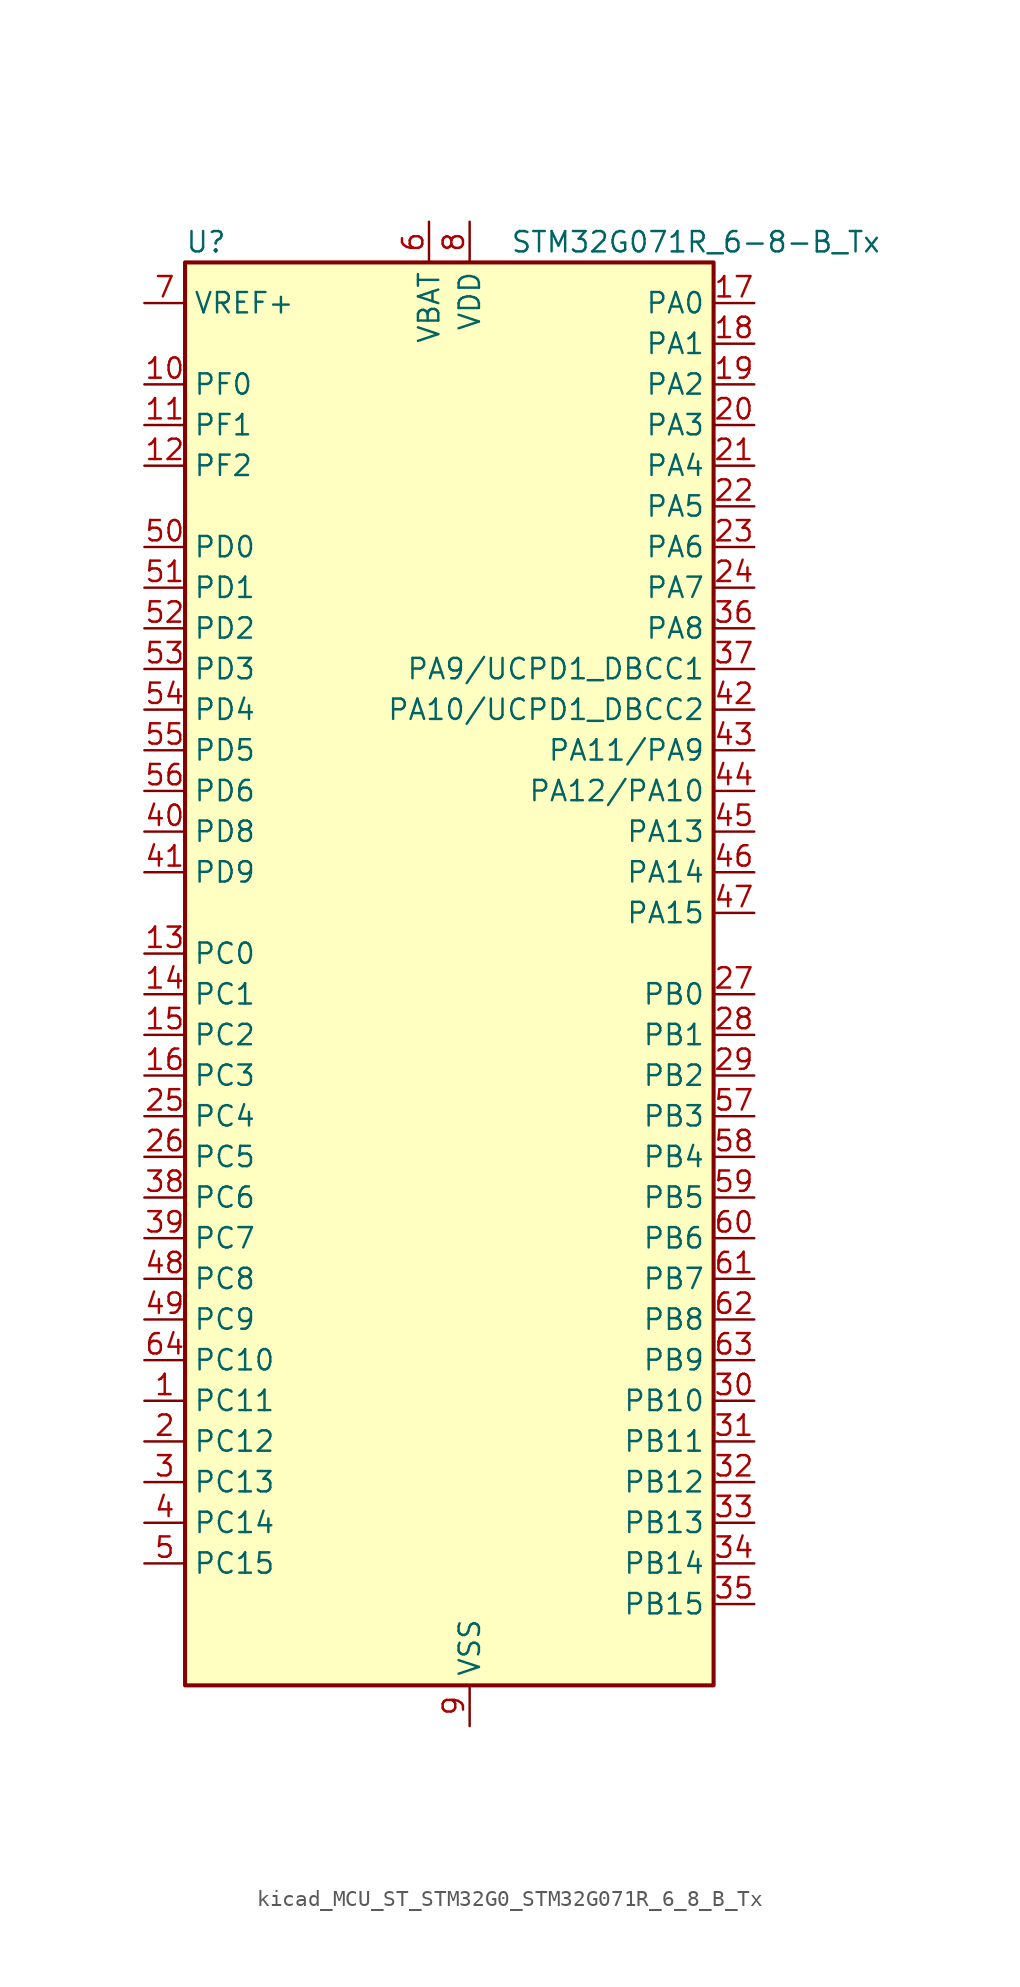
<source format=kicad_sym>
(kicad_symbol_lib
  (version 20220914)
  (generator kicad_symbol_editor)
  (symbol "kicad_MCU_ST_STM32G0_STM32G071R_6_8_B_Tx"
    (property "Reference" "U"
      (at -15.24 46.99 0)
      (effects (font (size 1.27 1.27)) (justify left)))
    (property "Value" "STM32G071R_6-8-B_Tx"
      (at 5.08 46.99 0)
      (effects (font (size 1.27 1.27)) (justify left)))
    (property "ki_locked" ""
      (at 0 0 0)
      (effects (font (size 1.27 1.27))))
    (symbol "kicad_MCU_ST_STM32G0_STM32G071R_6_8_B_Tx_0_1"
      (rectangle (start -15.24 -43.18) (end 17.78 45.72) (stroke (width 0.254) (type default)) (fill (type background))))
    (symbol "kicad_MCU_ST_STM32G0_STM32G071R_6_8_B_Tx_1_1"
      (pin bidirectional line (at -17.78 -25.4 0) (length 2.54) (name "PC11" (effects (font (size 1.27 1.27)))) (number "1" (effects (font (size 1.27 1.27)))) (alternate "ADC1_EXTI11" bidirectional line) (alternate "TIM1_CH4" bidirectional line) (alternate "USART3_RX" bidirectional line) (alternate "USART4_RX" bidirectional line))
      (pin bidirectional line (at -17.78 38.1 0) (length 2.54) (name "PF0" (effects (font (size 1.27 1.27)))) (number "10" (effects (font (size 1.27 1.27)))) (alternate "RCC_OSC_IN" bidirectional line) (alternate "TIM14_CH1" bidirectional line))
      (pin bidirectional line (at -17.78 35.56 0) (length 2.54) (name "PF1" (effects (font (size 1.27 1.27)))) (number "11" (effects (font (size 1.27 1.27)))) (alternate "RCC_OSC_EN" bidirectional line) (alternate "RCC_OSC_OUT" bidirectional line) (alternate "TIM15_CH1N" bidirectional line))
      (pin bidirectional line (at -17.78 33.02 0) (length 2.54) (name "PF2" (effects (font (size 1.27 1.27)))) (number "12" (effects (font (size 1.27 1.27)))) (alternate "RCC_MCO" bidirectional line))
      (pin bidirectional line (at -17.78 2.54 0) (length 2.54) (name "PC0" (effects (font (size 1.27 1.27)))) (number "13" (effects (font (size 1.27 1.27)))) (alternate "LPTIM1_IN1" bidirectional line) (alternate "LPTIM2_IN1" bidirectional line) (alternate "LPUART1_RX" bidirectional line))
      (pin bidirectional line (at -17.78 0 0) (length 2.54) (name "PC1" (effects (font (size 1.27 1.27)))) (number "14" (effects (font (size 1.27 1.27)))) (alternate "LPTIM1_OUT" bidirectional line) (alternate "LPUART1_TX" bidirectional line) (alternate "TIM15_CH1" bidirectional line))
      (pin bidirectional line (at -17.78 -2.54 0) (length 2.54) (name "PC2" (effects (font (size 1.27 1.27)))) (number "15" (effects (font (size 1.27 1.27)))) (alternate "LPTIM1_IN2" bidirectional line) (alternate "SPI2_MISO" bidirectional line) (alternate "TIM15_CH2" bidirectional line))
      (pin bidirectional line (at -17.78 -5.08 0) (length 2.54) (name "PC3" (effects (font (size 1.27 1.27)))) (number "16" (effects (font (size 1.27 1.27)))) (alternate "LPTIM1_ETR" bidirectional line) (alternate "LPTIM2_ETR" bidirectional line) (alternate "SPI2_MOSI" bidirectional line))
      (pin bidirectional line (at 20.32 43.18 180) (length 2.54) (name "PA0" (effects (font (size 1.27 1.27)))) (number "17" (effects (font (size 1.27 1.27)))) (alternate "ADC1_IN0" bidirectional line) (alternate "COMP1_INM" bidirectional line) (alternate "COMP1_OUT" bidirectional line) (alternate "LPTIM1_OUT" bidirectional line) (alternate "RTC_TAMP_IN2" bidirectional line) (alternate "SPI2_SCK" bidirectional line) (alternate "SYS_WKUP1" bidirectional line) (alternate "TIM2_CH1" bidirectional line) (alternate "TIM2_ETR" bidirectional line) (alternate "UCPD2_FRSTX1" bidirectional line) (alternate "UCPD2_FRSTX2" bidirectional line) (alternate "USART2_CTS" bidirectional line) (alternate "USART2_NSS" bidirectional line) (alternate "USART4_TX" bidirectional line))
      (pin bidirectional line (at 20.32 40.64 180) (length 2.54) (name "PA1" (effects (font (size 1.27 1.27)))) (number "18" (effects (font (size 1.27 1.27)))) (alternate "ADC1_IN1" bidirectional line) (alternate "COMP1_INP" bidirectional line) (alternate "I2C1_SMBA" bidirectional line) (alternate "I2S1_CK" bidirectional line) (alternate "SPI1_SCK" bidirectional line) (alternate "TIM15_CH1N" bidirectional line) (alternate "TIM2_CH2" bidirectional line) (alternate "USART2_CK" bidirectional line) (alternate "USART2_DE" bidirectional line) (alternate "USART2_RTS" bidirectional line) (alternate "USART4_RX" bidirectional line))
      (pin bidirectional line (at 20.32 38.1 180) (length 2.54) (name "PA2" (effects (font (size 1.27 1.27)))) (number "19" (effects (font (size 1.27 1.27)))) (alternate "ADC1_IN2" bidirectional line) (alternate "COMP2_INM" bidirectional line) (alternate "COMP2_OUT" bidirectional line) (alternate "I2S1_SD" bidirectional line) (alternate "LPUART1_TX" bidirectional line) (alternate "RCC_LSCO" bidirectional line) (alternate "SPI1_MOSI" bidirectional line) (alternate "SYS_WKUP4" bidirectional line) (alternate "TIM15_CH1" bidirectional line) (alternate "TIM2_CH3" bidirectional line) (alternate "UCPD1_FRSTX1" bidirectional line) (alternate "UCPD1_FRSTX2" bidirectional line) (alternate "USART2_TX" bidirectional line))
      (pin bidirectional line (at -17.78 -27.94 0) (length 2.54) (name "PC12" (effects (font (size 1.27 1.27)))) (number "2" (effects (font (size 1.27 1.27)))) (alternate "LPTIM1_IN1" bidirectional line) (alternate "TIM14_CH1" bidirectional line) (alternate "UCPD1_FRSTX1" bidirectional line) (alternate "UCPD1_FRSTX2" bidirectional line))
      (pin bidirectional line (at 20.32 35.56 180) (length 2.54) (name "PA3" (effects (font (size 1.27 1.27)))) (number "20" (effects (font (size 1.27 1.27)))) (alternate "ADC1_IN3" bidirectional line) (alternate "COMP2_INP" bidirectional line) (alternate "LPUART1_RX" bidirectional line) (alternate "SPI2_MISO" bidirectional line) (alternate "TIM15_CH2" bidirectional line) (alternate "TIM2_CH4" bidirectional line) (alternate "UCPD2_FRSTX1" bidirectional line) (alternate "UCPD2_FRSTX2" bidirectional line) (alternate "USART2_RX" bidirectional line))
      (pin bidirectional line (at 20.32 33.02 180) (length 2.54) (name "PA4" (effects (font (size 1.27 1.27)))) (number "21" (effects (font (size 1.27 1.27)))) (alternate "ADC1_IN4" bidirectional line) (alternate "DAC1_OUT1" bidirectional line) (alternate "I2S1_WS" bidirectional line) (alternate "LPTIM2_OUT" bidirectional line) (alternate "RTC_OUT_ALARM" bidirectional line) (alternate "RTC_OUT_CALIB" bidirectional line) (alternate "SPI1_NSS" bidirectional line) (alternate "SPI2_MOSI" bidirectional line) (alternate "TIM14_CH1" bidirectional line) (alternate "UCPD2_FRSTX1" bidirectional line) (alternate "UCPD2_FRSTX2" bidirectional line))
      (pin bidirectional line (at 20.32 30.48 180) (length 2.54) (name "PA5" (effects (font (size 1.27 1.27)))) (number "22" (effects (font (size 1.27 1.27)))) (alternate "ADC1_IN5" bidirectional line) (alternate "CEC" bidirectional line) (alternate "DAC1_OUT2" bidirectional line) (alternate "I2S1_CK" bidirectional line) (alternate "LPTIM2_ETR" bidirectional line) (alternate "SPI1_SCK" bidirectional line) (alternate "TIM2_CH1" bidirectional line) (alternate "TIM2_ETR" bidirectional line) (alternate "UCPD1_FRSTX1" bidirectional line) (alternate "UCPD1_FRSTX2" bidirectional line) (alternate "USART3_TX" bidirectional line))
      (pin bidirectional line (at 20.32 27.94 180) (length 2.54) (name "PA6" (effects (font (size 1.27 1.27)))) (number "23" (effects (font (size 1.27 1.27)))) (alternate "ADC1_IN6" bidirectional line) (alternate "COMP1_OUT" bidirectional line) (alternate "I2S1_MCK" bidirectional line) (alternate "LPUART1_CTS" bidirectional line) (alternate "SPI1_MISO" bidirectional line) (alternate "TIM16_CH1" bidirectional line) (alternate "TIM1_BK" bidirectional line) (alternate "TIM3_CH1" bidirectional line) (alternate "USART3_CTS" bidirectional line) (alternate "USART3_NSS" bidirectional line))
      (pin bidirectional line (at 20.32 25.4 180) (length 2.54) (name "PA7" (effects (font (size 1.27 1.27)))) (number "24" (effects (font (size 1.27 1.27)))) (alternate "ADC1_IN7" bidirectional line) (alternate "COMP2_OUT" bidirectional line) (alternate "I2S1_SD" bidirectional line) (alternate "SPI1_MOSI" bidirectional line) (alternate "TIM14_CH1" bidirectional line) (alternate "TIM17_CH1" bidirectional line) (alternate "TIM1_CH1N" bidirectional line) (alternate "TIM3_CH2" bidirectional line) (alternate "UCPD1_FRSTX1" bidirectional line) (alternate "UCPD1_FRSTX2" bidirectional line))
      (pin bidirectional line (at -17.78 -7.62 0) (length 2.54) (name "PC4" (effects (font (size 1.27 1.27)))) (number "25" (effects (font (size 1.27 1.27)))) (alternate "ADC1_IN17" bidirectional line) (alternate "COMP1_INM" bidirectional line) (alternate "TIM2_CH1" bidirectional line) (alternate "TIM2_ETR" bidirectional line) (alternate "USART1_TX" bidirectional line) (alternate "USART3_TX" bidirectional line))
      (pin bidirectional line (at -17.78 -10.16 0) (length 2.54) (name "PC5" (effects (font (size 1.27 1.27)))) (number "26" (effects (font (size 1.27 1.27)))) (alternate "ADC1_IN18" bidirectional line) (alternate "COMP1_INP" bidirectional line) (alternate "SYS_WKUP5" bidirectional line) (alternate "TIM2_CH2" bidirectional line) (alternate "USART1_RX" bidirectional line) (alternate "USART3_RX" bidirectional line))
      (pin bidirectional line (at 20.32 0 180) (length 2.54) (name "PB0" (effects (font (size 1.27 1.27)))) (number "27" (effects (font (size 1.27 1.27)))) (alternate "ADC1_IN8" bidirectional line) (alternate "COMP1_OUT" bidirectional line) (alternate "I2S1_WS" bidirectional line) (alternate "LPTIM1_OUT" bidirectional line) (alternate "SPI1_NSS" bidirectional line) (alternate "TIM1_CH2N" bidirectional line) (alternate "TIM3_CH3" bidirectional line) (alternate "UCPD1_FRSTX1" bidirectional line) (alternate "UCPD1_FRSTX2" bidirectional line) (alternate "USART3_RX" bidirectional line))
      (pin bidirectional line (at 20.32 -2.54 180) (length 2.54) (name "PB1" (effects (font (size 1.27 1.27)))) (number "28" (effects (font (size 1.27 1.27)))) (alternate "ADC1_IN9" bidirectional line) (alternate "COMP1_INM" bidirectional line) (alternate "LPTIM2_IN1" bidirectional line) (alternate "LPUART1_DE" bidirectional line) (alternate "LPUART1_RTS" bidirectional line) (alternate "TIM14_CH1" bidirectional line) (alternate "TIM1_CH3N" bidirectional line) (alternate "TIM3_CH4" bidirectional line) (alternate "USART3_CK" bidirectional line) (alternate "USART3_DE" bidirectional line) (alternate "USART3_RTS" bidirectional line))
      (pin bidirectional line (at 20.32 -5.08 180) (length 2.54) (name "PB2" (effects (font (size 1.27 1.27)))) (number "29" (effects (font (size 1.27 1.27)))) (alternate "ADC1_IN10" bidirectional line) (alternate "COMP1_INP" bidirectional line) (alternate "LPTIM1_OUT" bidirectional line) (alternate "SPI2_MISO" bidirectional line) (alternate "USART3_TX" bidirectional line))
      (pin bidirectional line (at -17.78 -30.48 0) (length 2.54) (name "PC13" (effects (font (size 1.27 1.27)))) (number "3" (effects (font (size 1.27 1.27)))) (alternate "RTC_OUT_ALARM" bidirectional line) (alternate "RTC_OUT_CALIB" bidirectional line) (alternate "RTC_TAMP_IN1" bidirectional line) (alternate "RTC_TS" bidirectional line) (alternate "SYS_WKUP2" bidirectional line) (alternate "TIM1_BK" bidirectional line))
      (pin bidirectional line (at 20.32 -25.4 180) (length 2.54) (name "PB10" (effects (font (size 1.27 1.27)))) (number "30" (effects (font (size 1.27 1.27)))) (alternate "ADC1_IN11" bidirectional line) (alternate "CEC" bidirectional line) (alternate "COMP1_OUT" bidirectional line) (alternate "I2C2_SCL" bidirectional line) (alternate "LPUART1_RX" bidirectional line) (alternate "SPI2_SCK" bidirectional line) (alternate "TIM2_CH3" bidirectional line) (alternate "USART3_TX" bidirectional line))
      (pin bidirectional line (at 20.32 -27.94 180) (length 2.54) (name "PB11" (effects (font (size 1.27 1.27)))) (number "31" (effects (font (size 1.27 1.27)))) (alternate "ADC1_EXTI11" bidirectional line) (alternate "ADC1_IN15" bidirectional line) (alternate "COMP2_OUT" bidirectional line) (alternate "I2C2_SDA" bidirectional line) (alternate "LPUART1_TX" bidirectional line) (alternate "SPI2_MOSI" bidirectional line) (alternate "TIM2_CH4" bidirectional line) (alternate "USART3_RX" bidirectional line))
      (pin bidirectional line (at 20.32 -30.48 180) (length 2.54) (name "PB12" (effects (font (size 1.27 1.27)))) (number "32" (effects (font (size 1.27 1.27)))) (alternate "ADC1_IN16" bidirectional line) (alternate "LPUART1_DE" bidirectional line) (alternate "LPUART1_RTS" bidirectional line) (alternate "SPI2_NSS" bidirectional line) (alternate "TIM15_BK" bidirectional line) (alternate "TIM1_BK" bidirectional line) (alternate "UCPD2_FRSTX1" bidirectional line) (alternate "UCPD2_FRSTX2" bidirectional line))
      (pin bidirectional line (at 20.32 -33.02 180) (length 2.54) (name "PB13" (effects (font (size 1.27 1.27)))) (number "33" (effects (font (size 1.27 1.27)))) (alternate "I2C2_SCL" bidirectional line) (alternate "LPUART1_CTS" bidirectional line) (alternate "SPI2_SCK" bidirectional line) (alternate "TIM15_CH1N" bidirectional line) (alternate "TIM1_CH1N" bidirectional line) (alternate "USART3_CTS" bidirectional line) (alternate "USART3_NSS" bidirectional line))
      (pin bidirectional line (at 20.32 -35.56 180) (length 2.54) (name "PB14" (effects (font (size 1.27 1.27)))) (number "34" (effects (font (size 1.27 1.27)))) (alternate "I2C2_SDA" bidirectional line) (alternate "SPI2_MISO" bidirectional line) (alternate "TIM15_CH1" bidirectional line) (alternate "TIM1_CH2N" bidirectional line) (alternate "UCPD1_FRSTX1" bidirectional line) (alternate "UCPD1_FRSTX2" bidirectional line) (alternate "USART3_CK" bidirectional line) (alternate "USART3_DE" bidirectional line) (alternate "USART3_RTS" bidirectional line))
      (pin bidirectional line (at 20.32 -38.1 180) (length 2.54) (name "PB15" (effects (font (size 1.27 1.27)))) (number "35" (effects (font (size 1.27 1.27)))) (alternate "RTC_REFIN" bidirectional line) (alternate "SPI2_MOSI" bidirectional line) (alternate "TIM15_CH1N" bidirectional line) (alternate "TIM15_CH2" bidirectional line) (alternate "TIM1_CH3N" bidirectional line) (alternate "UCPD1_CC2" bidirectional line))
      (pin bidirectional line (at 20.32 22.86 180) (length 2.54) (name "PA8" (effects (font (size 1.27 1.27)))) (number "36" (effects (font (size 1.27 1.27)))) (alternate "LPTIM2_OUT" bidirectional line) (alternate "RCC_MCO" bidirectional line) (alternate "SPI2_NSS" bidirectional line) (alternate "TIM1_CH1" bidirectional line) (alternate "UCPD1_CC1" bidirectional line))
      (pin bidirectional line (at 20.32 20.32 180) (length 2.54) (name "PA9/UCPD1_DBCC1" (effects (font (size 1.27 1.27)))) (number "37" (effects (font (size 1.27 1.27)))) (alternate "DAC1_EXTI9" bidirectional line) (alternate "I2C1_SCL" bidirectional line) (alternate "RCC_MCO" bidirectional line) (alternate "SPI2_MISO" bidirectional line) (alternate "TIM15_BK" bidirectional line) (alternate "TIM1_CH2" bidirectional line) (alternate "UCPD1_DBCC1" bidirectional line) (alternate "USART1_TX" bidirectional line))
      (pin bidirectional line (at -17.78 -12.7 0) (length 2.54) (name "PC6" (effects (font (size 1.27 1.27)))) (number "38" (effects (font (size 1.27 1.27)))) (alternate "TIM2_CH3" bidirectional line) (alternate "TIM3_CH1" bidirectional line) (alternate "UCPD1_FRSTX1" bidirectional line) (alternate "UCPD1_FRSTX2" bidirectional line))
      (pin bidirectional line (at -17.78 -15.24 0) (length 2.54) (name "PC7" (effects (font (size 1.27 1.27)))) (number "39" (effects (font (size 1.27 1.27)))) (alternate "TIM2_CH4" bidirectional line) (alternate "TIM3_CH2" bidirectional line) (alternate "UCPD2_FRSTX1" bidirectional line) (alternate "UCPD2_FRSTX2" bidirectional line))
      (pin bidirectional line (at -17.78 -33.02 0) (length 2.54) (name "PC14" (effects (font (size 1.27 1.27)))) (number "4" (effects (font (size 1.27 1.27)))) (alternate "RCC_OSC32_IN" bidirectional line) (alternate "TIM1_BK2" bidirectional line))
      (pin bidirectional line (at -17.78 10.16 0) (length 2.54) (name "PD8" (effects (font (size 1.27 1.27)))) (number "40" (effects (font (size 1.27 1.27)))) (alternate "I2S1_CK" bidirectional line) (alternate "LPTIM1_OUT" bidirectional line) (alternate "SPI1_SCK" bidirectional line) (alternate "USART3_TX" bidirectional line))
      (pin bidirectional line (at -17.78 7.62 0) (length 2.54) (name "PD9" (effects (font (size 1.27 1.27)))) (number "41" (effects (font (size 1.27 1.27)))) (alternate "DAC1_EXTI9" bidirectional line) (alternate "I2S1_WS" bidirectional line) (alternate "SPI1_NSS" bidirectional line) (alternate "TIM1_BK2" bidirectional line) (alternate "USART3_RX" bidirectional line))
      (pin bidirectional line (at 20.32 17.78 180) (length 2.54) (name "PA10/UCPD1_DBCC2" (effects (font (size 1.27 1.27)))) (number "42" (effects (font (size 1.27 1.27)))) (alternate "I2C1_SDA" bidirectional line) (alternate "SPI2_MOSI" bidirectional line) (alternate "TIM17_BK" bidirectional line) (alternate "TIM1_CH3" bidirectional line) (alternate "UCPD1_DBCC2" bidirectional line) (alternate "USART1_RX" bidirectional line))
      (pin bidirectional line (at 20.32 15.24 180) (length 2.54) (name "PA11/PA9" (effects (font (size 1.27 1.27)))) (number "43" (effects (font (size 1.27 1.27)))) (alternate "ADC1_EXTI11" bidirectional line) (alternate "COMP1_OUT" bidirectional line) (alternate "I2C2_SCL" bidirectional line) (alternate "I2S1_MCK" bidirectional line) (alternate "SPI1_MISO" bidirectional line) (alternate "TIM1_BK2" bidirectional line) (alternate "TIM1_CH4" bidirectional line) (alternate "USART1_CTS" bidirectional line) (alternate "USART1_NSS" bidirectional line))
      (pin bidirectional line (at 20.32 12.7 180) (length 2.54) (name "PA12/PA10" (effects (font (size 1.27 1.27)))) (number "44" (effects (font (size 1.27 1.27)))) (alternate "COMP2_OUT" bidirectional line) (alternate "I2C2_SDA" bidirectional line) (alternate "I2S1_SD" bidirectional line) (alternate "I2S_CKIN" bidirectional line) (alternate "SPI1_MOSI" bidirectional line) (alternate "TIM1_ETR" bidirectional line) (alternate "USART1_CK" bidirectional line) (alternate "USART1_DE" bidirectional line) (alternate "USART1_RTS" bidirectional line))
      (pin bidirectional line (at 20.32 10.16 180) (length 2.54) (name "PA13" (effects (font (size 1.27 1.27)))) (number "45" (effects (font (size 1.27 1.27)))) (alternate "IR_OUT" bidirectional line) (alternate "SYS_SWDIO" bidirectional line))
      (pin bidirectional line (at 20.32 7.62 180) (length 2.54) (name "PA14" (effects (font (size 1.27 1.27)))) (number "46" (effects (font (size 1.27 1.27)))) (alternate "SYS_SWCLK" bidirectional line) (alternate "USART2_TX" bidirectional line))
      (pin bidirectional line (at 20.32 5.08 180) (length 2.54) (name "PA15" (effects (font (size 1.27 1.27)))) (number "47" (effects (font (size 1.27 1.27)))) (alternate "I2S1_WS" bidirectional line) (alternate "SPI1_NSS" bidirectional line) (alternate "TIM2_CH1" bidirectional line) (alternate "TIM2_ETR" bidirectional line) (alternate "USART2_RX" bidirectional line) (alternate "USART3_CK" bidirectional line) (alternate "USART3_DE" bidirectional line) (alternate "USART3_RTS" bidirectional line) (alternate "USART4_CK" bidirectional line) (alternate "USART4_DE" bidirectional line) (alternate "USART4_RTS" bidirectional line))
      (pin bidirectional line (at -17.78 -17.78 0) (length 2.54) (name "PC8" (effects (font (size 1.27 1.27)))) (number "48" (effects (font (size 1.27 1.27)))) (alternate "TIM1_CH1" bidirectional line) (alternate "TIM3_CH3" bidirectional line) (alternate "UCPD2_FRSTX1" bidirectional line) (alternate "UCPD2_FRSTX2" bidirectional line))
      (pin bidirectional line (at -17.78 -20.32 0) (length 2.54) (name "PC9" (effects (font (size 1.27 1.27)))) (number "49" (effects (font (size 1.27 1.27)))) (alternate "DAC1_EXTI9" bidirectional line) (alternate "I2S_CKIN" bidirectional line) (alternate "TIM1_CH2" bidirectional line) (alternate "TIM3_CH4" bidirectional line))
      (pin bidirectional line (at -17.78 -35.56 0) (length 2.54) (name "PC15" (effects (font (size 1.27 1.27)))) (number "5" (effects (font (size 1.27 1.27)))) (alternate "RCC_OSC32_EN" bidirectional line) (alternate "RCC_OSC32_OUT" bidirectional line) (alternate "RCC_OSC_EN" bidirectional line) (alternate "TIM15_BK" bidirectional line))
      (pin bidirectional line (at -17.78 27.94 0) (length 2.54) (name "PD0" (effects (font (size 1.27 1.27)))) (number "50" (effects (font (size 1.27 1.27)))) (alternate "SPI2_NSS" bidirectional line) (alternate "TIM16_CH1" bidirectional line) (alternate "UCPD2_CC1" bidirectional line))
      (pin bidirectional line (at -17.78 25.4 0) (length 2.54) (name "PD1" (effects (font (size 1.27 1.27)))) (number "51" (effects (font (size 1.27 1.27)))) (alternate "SPI2_SCK" bidirectional line) (alternate "TIM17_CH1" bidirectional line) (alternate "UCPD2_DBCC1" bidirectional line))
      (pin bidirectional line (at -17.78 22.86 0) (length 2.54) (name "PD2" (effects (font (size 1.27 1.27)))) (number "52" (effects (font (size 1.27 1.27)))) (alternate "TIM1_CH1N" bidirectional line) (alternate "TIM3_ETR" bidirectional line) (alternate "UCPD2_CC2" bidirectional line) (alternate "USART3_CK" bidirectional line) (alternate "USART3_DE" bidirectional line) (alternate "USART3_RTS" bidirectional line))
      (pin bidirectional line (at -17.78 20.32 0) (length 2.54) (name "PD3" (effects (font (size 1.27 1.27)))) (number "53" (effects (font (size 1.27 1.27)))) (alternate "SPI2_MISO" bidirectional line) (alternate "TIM1_CH2N" bidirectional line) (alternate "UCPD2_DBCC2" bidirectional line) (alternate "USART2_CTS" bidirectional line) (alternate "USART2_NSS" bidirectional line))
      (pin bidirectional line (at -17.78 17.78 0) (length 2.54) (name "PD4" (effects (font (size 1.27 1.27)))) (number "54" (effects (font (size 1.27 1.27)))) (alternate "SPI2_MOSI" bidirectional line) (alternate "TIM1_CH3N" bidirectional line) (alternate "USART2_CK" bidirectional line) (alternate "USART2_DE" bidirectional line) (alternate "USART2_RTS" bidirectional line))
      (pin bidirectional line (at -17.78 15.24 0) (length 2.54) (name "PD5" (effects (font (size 1.27 1.27)))) (number "55" (effects (font (size 1.27 1.27)))) (alternate "I2S1_MCK" bidirectional line) (alternate "SPI1_MISO" bidirectional line) (alternate "TIM1_BK" bidirectional line) (alternate "USART2_TX" bidirectional line))
      (pin bidirectional line (at -17.78 12.7 0) (length 2.54) (name "PD6" (effects (font (size 1.27 1.27)))) (number "56" (effects (font (size 1.27 1.27)))) (alternate "I2S1_SD" bidirectional line) (alternate "LPTIM2_OUT" bidirectional line) (alternate "SPI1_MOSI" bidirectional line) (alternate "USART2_RX" bidirectional line))
      (pin bidirectional line (at 20.32 -7.62 180) (length 2.54) (name "PB3" (effects (font (size 1.27 1.27)))) (number "57" (effects (font (size 1.27 1.27)))) (alternate "COMP2_INM" bidirectional line) (alternate "I2S1_CK" bidirectional line) (alternate "SPI1_SCK" bidirectional line) (alternate "TIM1_CH2" bidirectional line) (alternate "TIM2_CH2" bidirectional line) (alternate "USART1_CK" bidirectional line) (alternate "USART1_DE" bidirectional line) (alternate "USART1_RTS" bidirectional line))
      (pin bidirectional line (at 20.32 -10.16 180) (length 2.54) (name "PB4" (effects (font (size 1.27 1.27)))) (number "58" (effects (font (size 1.27 1.27)))) (alternate "COMP2_INP" bidirectional line) (alternate "I2S1_MCK" bidirectional line) (alternate "SPI1_MISO" bidirectional line) (alternate "TIM17_BK" bidirectional line) (alternate "TIM3_CH1" bidirectional line) (alternate "USART1_CTS" bidirectional line) (alternate "USART1_NSS" bidirectional line))
      (pin bidirectional line (at 20.32 -12.7 180) (length 2.54) (name "PB5" (effects (font (size 1.27 1.27)))) (number "59" (effects (font (size 1.27 1.27)))) (alternate "COMP2_OUT" bidirectional line) (alternate "I2C1_SMBA" bidirectional line) (alternate "I2S1_SD" bidirectional line) (alternate "LPTIM1_IN1" bidirectional line) (alternate "SPI1_MOSI" bidirectional line) (alternate "SYS_WKUP6" bidirectional line) (alternate "TIM16_BK" bidirectional line) (alternate "TIM3_CH2" bidirectional line))
      (pin power_in line (at 0 48.26 270) (length 2.54) (name "VBAT" (effects (font (size 1.27 1.27)))) (number "6" (effects (font (size 1.27 1.27)))))
      (pin bidirectional line (at 20.32 -15.24 180) (length 2.54) (name "PB6" (effects (font (size 1.27 1.27)))) (number "60" (effects (font (size 1.27 1.27)))) (alternate "COMP2_INP" bidirectional line) (alternate "I2C1_SCL" bidirectional line) (alternate "LPTIM1_ETR" bidirectional line) (alternate "SPI2_MISO" bidirectional line) (alternate "TIM16_CH1N" bidirectional line) (alternate "TIM1_CH3" bidirectional line) (alternate "USART1_TX" bidirectional line))
      (pin bidirectional line (at 20.32 -17.78 180) (length 2.54) (name "PB7" (effects (font (size 1.27 1.27)))) (number "61" (effects (font (size 1.27 1.27)))) (alternate "COMP2_INM" bidirectional line) (alternate "I2C1_SDA" bidirectional line) (alternate "LPTIM1_IN2" bidirectional line) (alternate "SPI2_MOSI" bidirectional line) (alternate "SYS_PVD_IN" bidirectional line) (alternate "TIM17_CH1N" bidirectional line) (alternate "USART1_RX" bidirectional line) (alternate "USART4_CTS" bidirectional line) (alternate "USART4_NSS" bidirectional line))
      (pin bidirectional line (at 20.32 -20.32 180) (length 2.54) (name "PB8" (effects (font (size 1.27 1.27)))) (number "62" (effects (font (size 1.27 1.27)))) (alternate "CEC" bidirectional line) (alternate "I2C1_SCL" bidirectional line) (alternate "SPI2_SCK" bidirectional line) (alternate "TIM15_BK" bidirectional line) (alternate "TIM16_CH1" bidirectional line) (alternate "USART3_TX" bidirectional line))
      (pin bidirectional line (at 20.32 -22.86 180) (length 2.54) (name "PB9" (effects (font (size 1.27 1.27)))) (number "63" (effects (font (size 1.27 1.27)))) (alternate "DAC1_EXTI9" bidirectional line) (alternate "I2C1_SDA" bidirectional line) (alternate "IR_OUT" bidirectional line) (alternate "SPI2_NSS" bidirectional line) (alternate "TIM17_CH1" bidirectional line) (alternate "UCPD2_FRSTX1" bidirectional line) (alternate "UCPD2_FRSTX2" bidirectional line) (alternate "USART3_RX" bidirectional line))
      (pin bidirectional line (at -17.78 -22.86 0) (length 2.54) (name "PC10" (effects (font (size 1.27 1.27)))) (number "64" (effects (font (size 1.27 1.27)))) (alternate "TIM1_CH3" bidirectional line) (alternate "USART3_TX" bidirectional line) (alternate "USART4_TX" bidirectional line))
      (pin input line (at -17.78 43.18 0) (length 2.54) (name "VREF+" (effects (font (size 1.27 1.27)))) (number "7" (effects (font (size 1.27 1.27)))) (alternate "VREFBUF_OUT" bidirectional line))
      (pin power_in line (at 2.54 48.26 270) (length 2.54) (name "VDD" (effects (font (size 1.27 1.27)))) (number "8" (effects (font (size 1.27 1.27)))))
      (pin power_in line (at 2.54 -45.72 90) (length 2.54) (name "VSS" (effects (font (size 1.27 1.27)))) (number "9" (effects (font (size 1.27 1.27))))))))
</source>
